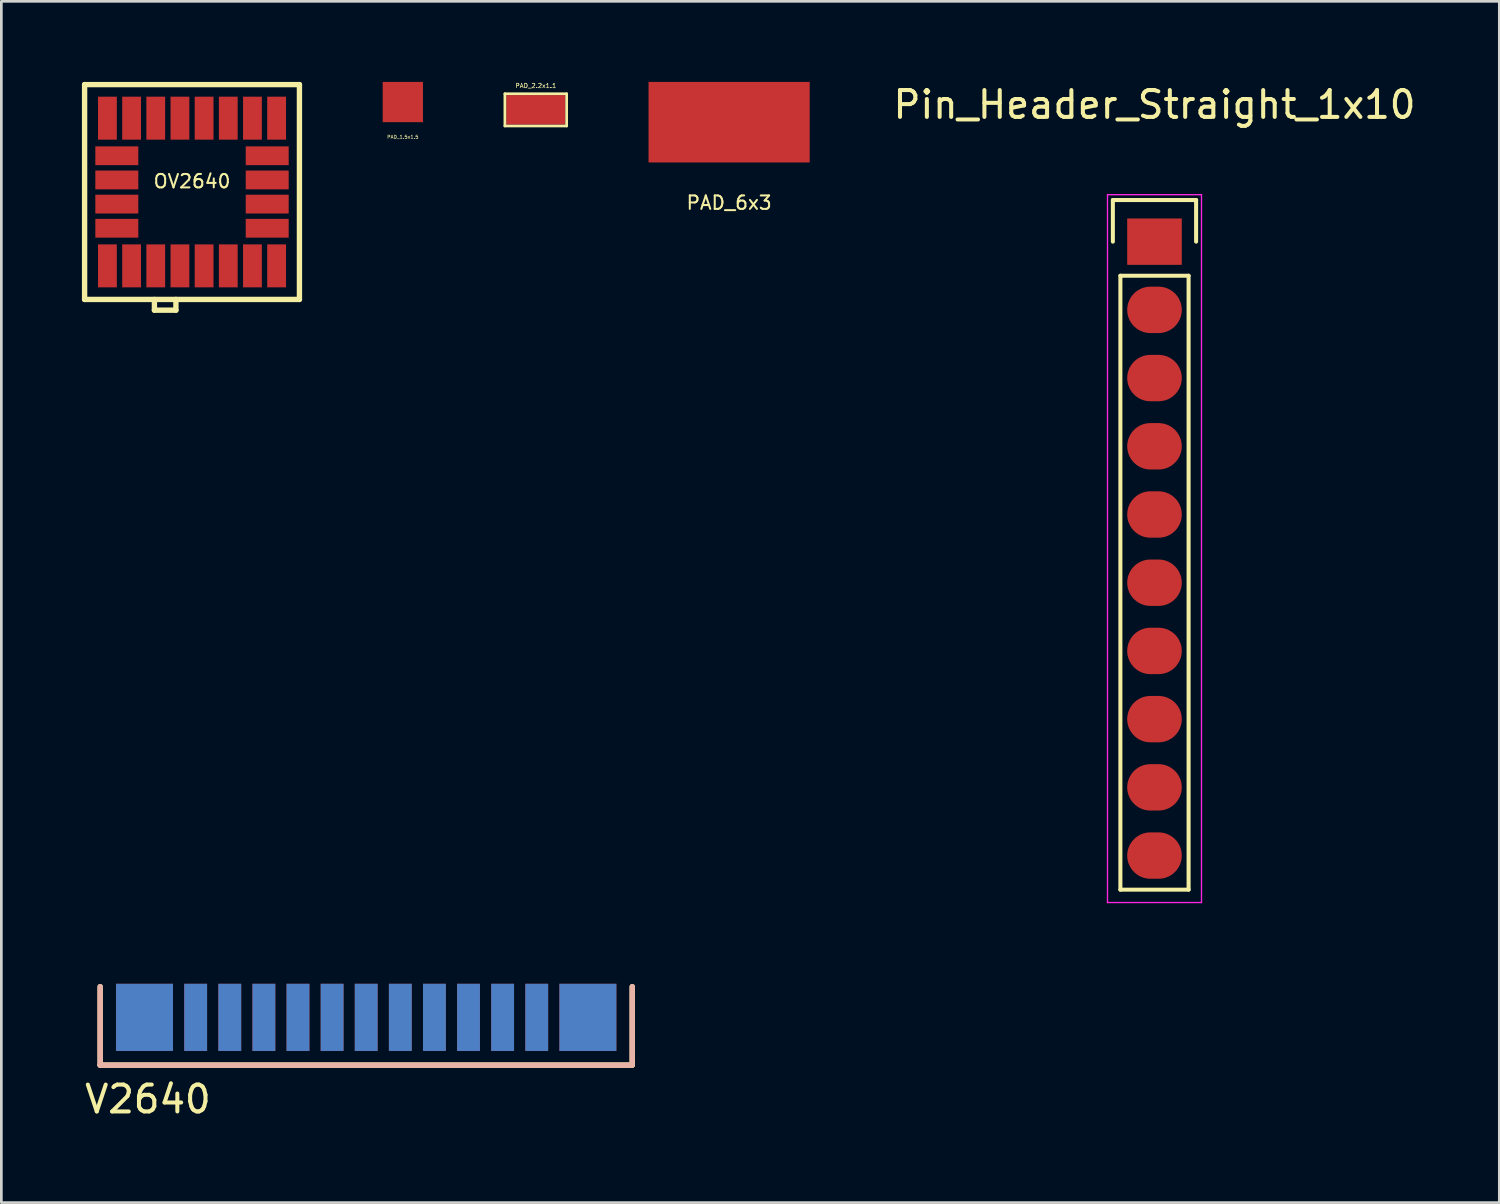
<source format=kicad_pcb>
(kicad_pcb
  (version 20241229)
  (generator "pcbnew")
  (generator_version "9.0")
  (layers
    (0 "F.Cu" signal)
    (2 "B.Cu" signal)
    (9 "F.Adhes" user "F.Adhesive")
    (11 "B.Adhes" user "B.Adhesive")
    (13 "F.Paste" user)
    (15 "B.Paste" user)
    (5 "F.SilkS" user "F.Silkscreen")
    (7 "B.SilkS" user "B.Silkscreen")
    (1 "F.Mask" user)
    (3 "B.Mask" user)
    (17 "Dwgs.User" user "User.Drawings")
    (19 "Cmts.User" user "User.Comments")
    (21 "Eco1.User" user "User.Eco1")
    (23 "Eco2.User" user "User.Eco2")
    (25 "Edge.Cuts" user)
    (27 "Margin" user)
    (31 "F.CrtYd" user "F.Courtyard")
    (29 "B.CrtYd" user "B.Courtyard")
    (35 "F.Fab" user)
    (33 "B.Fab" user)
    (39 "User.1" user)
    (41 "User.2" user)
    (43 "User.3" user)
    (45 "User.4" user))
  (footprint "OV2640"
    (layer "F.Cu")
    (at 4.1 4.1)
    (property "Reference" "OV2640" (at 0 -0.4 0) (layer "F.SilkS") (effects (font (size 0.5 0.5) (thickness 0.075))))
    (attr through_hole)
    (fp_line (start -4 -4) (end 4 -4) (stroke (width 0.2) (type solid)) (layer "F.SilkS"))
    (fp_line (start -4 4) (end -4 -4) (stroke (width 0.2) (type solid)) (layer "F.SilkS"))
    (fp_line (start -1.4 4.4) (end -1.4 4) (stroke (width 0.2) (type solid)) (layer "F.SilkS"))
    (fp_line (start -0.6 4) (end -0.6 4.4) (stroke (width 0.2) (type solid)) (layer "F.SilkS"))
    (fp_line (start -0.6 4.4) (end -1.4 4.4) (stroke (width 0.2) (type solid)) (layer "F.SilkS"))
    (fp_line (start 4 -4) (end 4 4) (stroke (width 0.2) (type solid)) (layer "F.SilkS"))
    (fp_line (start 4 4) (end -4 4) (stroke (width 0.2) (type solid)) (layer "F.SilkS"))
    (pad "1" smd rect (at 3.15 -2.75) (size 0.7 1.6) (layers "F.Cu" "F.Mask" "F.Paste"))
    (pad "2" smd rect (at 2.25 -2.75) (size 0.7 1.6) (layers "F.Cu" "F.Mask" "F.Paste"))
    (pad "3" smd rect (at 1.35 -2.75) (size 0.7 1.6) (layers "F.Cu" "F.Mask" "F.Paste"))
    (pad "4" smd rect (at 0.45 -2.75) (size 0.7 1.6) (layers "F.Cu" "F.Mask" "F.Paste"))
    (pad "5" smd rect (at -0.45 -2.75) (size 0.7 1.6) (layers "F.Cu" "F.Mask" "F.Paste"))
    (pad "6" smd rect (at -1.35 -2.75) (size 0.7 1.6) (layers "F.Cu" "F.Mask" "F.Paste"))
    (pad "7" smd rect (at -2.25 -2.75) (size 0.7 1.6) (layers "F.Cu" "F.Mask" "F.Paste"))
    (pad "8" smd rect (at -3.15 -2.75) (size 0.7 1.6) (layers "F.Cu" "F.Mask" "F.Paste"))
    (pad "9" smd rect (at -2.8 -1.35 90) (size 0.7 1.6) (layers "F.Cu" "F.Mask" "F.Paste"))
    (pad "10" smd rect (at -2.8 -0.45 90) (size 0.7 1.6) (layers "F.Cu" "F.Mask" "F.Paste"))
    (pad "11" smd rect (at -2.8 0.45 90) (size 0.7 1.6) (layers "F.Cu" "F.Mask" "F.Paste"))
    (pad "12" smd rect (at -2.8 1.35 90) (size 0.7 1.6) (layers "F.Cu" "F.Mask" "F.Paste"))
    (pad "13" smd rect (at -3.15 2.75) (size 0.7 1.6) (layers "F.Cu" "F.Mask" "F.Paste"))
    (pad "14" smd rect (at -2.25 2.75) (size 0.7 1.6) (layers "F.Cu" "F.Mask" "F.Paste"))
    (pad "15" smd rect (at -1.35 2.75) (size 0.7 1.6) (layers "F.Cu" "F.Mask" "F.Paste"))
    (pad "16" smd rect (at -0.45 2.75) (size 0.7 1.6) (layers "F.Cu" "F.Mask" "F.Paste"))
    (pad "17" smd rect (at 0.45 2.75) (size 0.7 1.6) (layers "F.Cu" "F.Mask" "F.Paste"))
    (pad "18" smd rect (at 1.35 2.75) (size 0.7 1.6) (layers "F.Cu" "F.Mask" "F.Paste"))
    (pad "19" smd rect (at 2.25 2.75) (size 0.7 1.6) (layers "F.Cu" "F.Mask" "F.Paste"))
    (pad "20" smd rect (at 3.15 2.75) (size 0.7 1.6) (layers "F.Cu" "F.Mask" "F.Paste"))
    (pad "21" smd rect (at 2.8 1.35 90) (size 0.7 1.6) (layers "F.Cu" "F.Mask" "F.Paste"))
    (pad "22" smd rect (at 2.8 0.45 90) (size 0.7 1.6) (layers "F.Cu" "F.Mask" "F.Paste"))
    (pad "23" smd rect (at 2.8 -0.45 90) (size 0.7 1.6) (layers "F.Cu" "F.Mask" "F.Paste"))
    (pad "24" smd rect (at 2.8 -1.35 90) (size 0.7 1.6) (layers "F.Cu" "F.Mask" "F.Paste")))
  (footprint "V2640"
    (layer "F.Cu")
    (at 10.586 34.833)
    (property "Reference" "V2640" (at -8.128 3.048 0) (layer "F.SilkS") (effects (font (size 1 1) (thickness 0.15))))
    (attr through_hole)
    (fp_line (start -9.906 1.778) (end -9.906 -1.143) (stroke (width 0.2) (type solid)) (layer "F.SilkS"))
    (fp_line (start -9.906 1.778) (end 9.906 1.778) (stroke (width 0.2) (type solid)) (layer "F.SilkS"))
    (fp_line (start 9.906 -1.143) (end 9.906 1.778) (stroke (width 0.2) (type solid)) (layer "F.SilkS"))
    (fp_line (start -9.906 1.778) (end -9.906 -1.143) (stroke (width 0.2) (type solid)) (layer "B.SilkS"))
    (fp_line (start 9.906 1.651) (end 9.906 -1.143) (stroke (width 0.2) (type solid)) (layer "B.SilkS"))
    (fp_line (start 9.906 1.778) (end -9.906 1.778) (stroke (width 0.2) (type solid)) (layer "B.SilkS"))
    (pad "1" smd rect (at -8.255 0) (size 2.12 2.5) (layers "F.Cu" "F.Mask" "F.Paste"))
    (pad "2" smd rect (at -8.255 0) (size 2.12 2.5) (layers "B.Cu" "B.Mask" "B.Paste"))
    (pad "3" smd rect (at -6.35 0) (size 0.85 2.5) (layers "F.Cu" "F.Mask" "F.Paste"))
    (pad "4" smd rect (at -6.35 0) (size 0.85 2.5) (layers "B.Cu" "B.Mask" "B.Paste"))
    (pad "5" smd rect (at -5.08 0) (size 0.85 2.5) (layers "F.Cu" "F.Mask" "F.Paste"))
    (pad "6" smd rect (at -5.08 0) (size 0.85 2.5) (layers "B.Cu" "B.Mask" "B.Paste"))
    (pad "7" smd rect (at -3.81 0) (size 0.85 2.5) (layers "F.Cu" "F.Mask" "F.Paste"))
    (pad "8" smd rect (at -3.81 0) (size 0.85 2.5) (layers "B.Cu" "B.Mask" "B.Paste"))
    (pad "9" smd rect (at -2.54 0) (size 0.85 2.5) (layers "F.Cu" "F.Mask" "F.Paste"))
    (pad "10" smd rect (at -2.54 0) (size 0.85 2.5) (layers "B.Cu" "B.Mask" "B.Paste"))
    (pad "11" smd rect (at -1.27 0) (size 0.85 2.5) (layers "F.Cu" "F.Mask" "F.Paste"))
    (pad "12" smd rect (at -1.27 0) (size 0.85 2.5) (layers "B.Cu" "B.Mask" "B.Paste"))
    (pad "13" smd rect (at 0 0) (size 0.85 2.5) (layers "F.Cu" "F.Mask" "F.Paste"))
    (pad "14" smd rect (at 0 0) (size 0.85 2.5) (layers "B.Cu" "B.Mask" "B.Paste"))
    (pad "15" smd rect (at 1.27 0) (size 0.85 2.5) (layers "F.Cu" "F.Mask" "F.Paste"))
    (pad "16" smd rect (at 1.27 0) (size 0.85 2.5) (layers "B.Cu" "B.Mask" "B.Paste"))
    (pad "17" smd rect (at 2.54 0) (size 0.85 2.5) (layers "F.Cu" "F.Mask" "F.Paste"))
    (pad "18" smd rect (at 2.54 0) (size 0.85 2.5) (layers "B.Cu" "B.Mask" "B.Paste"))
    (pad "19" smd rect (at 3.81 0) (size 0.85 2.5) (layers "F.Cu" "F.Mask" "F.Paste"))
    (pad "20" smd rect (at 3.81 0) (size 0.85 2.5) (layers "B.Cu" "B.Mask" "B.Paste"))
    (pad "21" smd rect (at 5.08 0) (size 0.85 2.5) (layers "F.Cu" "F.Mask" "F.Paste"))
    (pad "22" smd rect (at 5.08 0) (size 0.85 2.5) (layers "B.Cu" "B.Mask" "B.Paste"))
    (pad "23" smd rect (at 6.35 0) (size 0.85 2.5) (layers "F.Cu" "F.Mask" "F.Paste"))
    (pad "24" smd rect (at 6.35 0) (size 0.85 2.5) (layers "B.Cu" "B.Mask" "B.Paste"))
    (pad "25" smd rect (at 8.255 0) (size 2.12 2.5) (layers "F.Cu" "F.Mask" "F.Paste"))
    (pad "26" smd rect (at 8.255 0) (size 2.12 2.5) (layers "B.Cu" "B.Mask" "B.Paste")))
  (footprint "Pin_Header_Straight_1x10"
    (layer "F.Cu")
    (at 39.939 5.948)
    (property "Reference" "Pin_Header_Straight_1x10" (at 0 -5.1 0) (layer "F.SilkS") (effects (font (size 1 1) (thickness 0.15))))
    (attr through_hole)
    (fp_line (start -1.55 -1.55) (end 1.55 -1.55) (stroke (width 0.15) (type solid)) (layer "F.SilkS"))
    (fp_line (start -1.55 0) (end -1.55 -1.55) (stroke (width 0.15) (type solid)) (layer "F.SilkS"))
    (fp_line (start -1.27 24.13) (end -1.27 1.27) (stroke (width 0.15) (type solid)) (layer "F.SilkS"))
    (fp_line (start 1.27 1.27) (end -1.27 1.27) (stroke (width 0.15) (type solid)) (layer "F.SilkS"))
    (fp_line (start 1.27 1.27) (end 1.27 24.13) (stroke (width 0.15) (type solid)) (layer "F.SilkS"))
    (fp_line (start 1.27 24.13) (end -1.27 24.13) (stroke (width 0.15) (type solid)) (layer "F.SilkS"))
    (fp_line (start 1.55 -1.55) (end 1.55 0) (stroke (width 0.15) (type solid)) (layer "F.SilkS"))
    (fp_line (start -1.75 -1.75) (end -1.75 24.61) (stroke (width 0.05) (type solid)) (layer "F.CrtYd"))
    (fp_line (start -1.75 -1.75) (end 1.75 -1.75) (stroke (width 0.05) (type solid)) (layer "F.CrtYd"))
    (fp_line (start -1.75 24.61) (end 1.75 24.61) (stroke (width 0.05) (type solid)) (layer "F.CrtYd"))
    (fp_line (start 1.75 -1.75) (end 1.75 24.61) (stroke (width 0.05) (type solid)) (layer "F.CrtYd"))
    (pad "1" smd rect (at 0 0) (size 2.032 1.727) (layers "F.Cu" "F.Mask" "F.Paste"))
    (pad "2" smd oval (at 0 2.54) (size 2.032 1.727) (layers "F.Cu" "F.Mask" "F.Paste"))
    (pad "3" smd oval (at 0 5.08) (size 2.032 1.727) (layers "F.Cu" "F.Mask" "F.Paste"))
    (pad "4" smd oval (at 0 7.62) (size 2.032 1.727) (layers "F.Cu" "F.Mask" "F.Paste"))
    (pad "5" smd oval (at 0 10.16) (size 2.032 1.727) (layers "F.Cu" "F.Mask" "F.Paste"))
    (pad "6" smd oval (at 0 12.7) (size 2.032 1.727) (layers "F.Cu" "F.Mask" "F.Paste"))
    (pad "7" smd oval (at 0 15.24) (size 2.032 1.727) (layers "F.Cu" "F.Mask" "F.Paste"))
    (pad "8" smd oval (at 0 17.78) (size 2.032 1.727) (layers "F.Cu" "F.Mask" "F.Paste"))
    (pad "9" smd oval (at 0 20.32) (size 2.032 1.727) (layers "F.Cu" "F.Mask" "F.Paste"))
    (pad "10" smd oval (at 0 22.86) (size 2.032 1.727) (layers "F.Cu" "F.Mask" "F.Paste")))
  (footprint "PAD_1.5x1.5"
    (layer "F.Cu")
    (at 11.95 0.75)
    (property "Reference" "PAD_1.5x1.5" (at 0 1.3 0) (layer "F.SilkS") (effects (font (size 0.127 0.127) (thickness 0.019))))
    (attr through_hole)
    (pad "1" smd rect (at 0 0) (size 1.5 1.5) (layers "F.Cu" "F.Mask" "F.Paste")))
  (footprint "PAD_2.2x1.1"
    (layer "F.Cu")
    (at 16.9 1.041)
    (property "Reference" "PAD_2.2x1.1" (at 0 -0.9 0) (layer "F.SilkS") (effects (font (size 0.166 0.166) (thickness 0.025))))
    (attr smd)
    (fp_line (start -1.15 -0.6) (end 1.15 -0.6) (stroke (width 0.1) (type solid)) (layer "F.SilkS"))
    (fp_line (start -1.15 0.6) (end -1.15 -0.6) (stroke (width 0.1) (type solid)) (layer "F.SilkS"))
    (fp_line (start 1.15 -0.6) (end 1.15 0.6) (stroke (width 0.1) (type solid)) (layer "F.SilkS"))
    (fp_line (start 1.15 0.6) (end -1.15 0.6) (stroke (width 0.1) (type solid)) (layer "F.SilkS"))
    (pad "1" smd rect (at 0 0) (size 2.2 1.1) (layers "F.Cu" "F.Mask" "F.Paste")))
  (footprint "PAD_6x3"
    (layer "F.Cu")
    (at 24.1 1.5)
    (property "Reference" "PAD_6x3" (at 0 3 0) (layer "F.SilkS") (effects (font (size 0.5 0.5) (thickness 0.075))))
    (attr through_hole)
    (pad "1" smd rect (at 0 0) (size 6 3) (layers "F.Cu" "F.Mask" "F.Paste")))
  (gr_rect
    (start -3 -3)
    (end 52.779 41.73)
    (stroke (width 0.1) (type default))
    (fill no)
    (layer "Edge.Cuts")))
</source>
